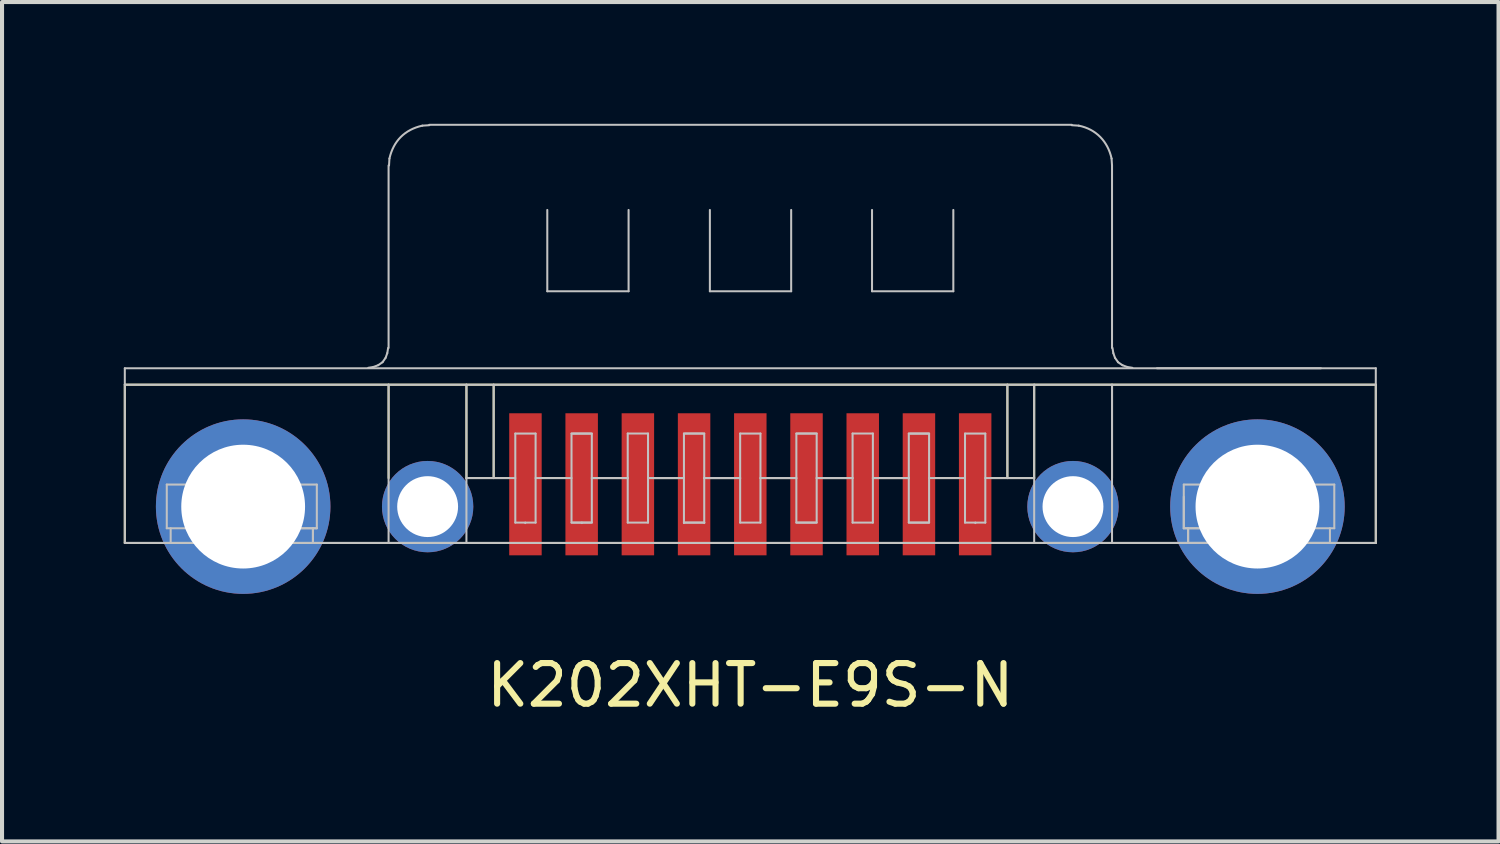
<source format=kicad_pcb>
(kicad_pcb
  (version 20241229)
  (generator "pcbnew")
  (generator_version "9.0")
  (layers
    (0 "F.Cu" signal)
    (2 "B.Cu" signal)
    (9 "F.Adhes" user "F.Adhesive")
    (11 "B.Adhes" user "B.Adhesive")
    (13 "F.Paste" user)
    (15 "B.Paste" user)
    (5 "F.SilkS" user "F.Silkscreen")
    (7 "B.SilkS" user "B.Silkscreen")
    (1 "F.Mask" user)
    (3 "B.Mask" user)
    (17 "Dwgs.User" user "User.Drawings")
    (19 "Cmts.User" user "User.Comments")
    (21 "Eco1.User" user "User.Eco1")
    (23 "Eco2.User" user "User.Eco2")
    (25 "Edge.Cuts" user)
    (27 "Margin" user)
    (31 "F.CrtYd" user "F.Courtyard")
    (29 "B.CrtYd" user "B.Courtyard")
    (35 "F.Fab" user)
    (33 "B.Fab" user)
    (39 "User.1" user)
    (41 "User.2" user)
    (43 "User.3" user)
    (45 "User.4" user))
  (footprint "K202XHT-E9S-N"
    (layer "F.Cu")
    (at 15.436 8.882)
    (property "Reference" "K202XHT-E9S-N" (at 0 4.95 0) (layer "F.SilkS") (effects (font (size 1 1) (thickness 0.15))))
    (attr through_hole)
    (fp_line (start -15.411 -2.454) (end -15.411 1.445) (stroke (width 0.05) (type solid)) (layer "F.SilkS"))
    (fp_line (start -8.912 -2.454) (end -8.912 -0.153) (stroke (width 0.05) (type solid)) (layer "F.SilkS"))
    (fp_line (start -6.994 -2.454) (end -6.994 -0.153) (stroke (width 0.05) (type solid)) (layer "F.SilkS"))
    (fp_line (start -6.323 -2.454) (end -6.323 -0.153) (stroke (width 0.05) (type solid)) (layer "F.SilkS"))
    (fp_line (start -5.94 -0.153) (end -6.994 -0.153) (stroke (width 0.05) (type solid)) (layer "F.SilkS"))
    (fp_line (start -4.555 -0.153) (end -5.14 -0.153) (stroke (width 0.05) (type solid)) (layer "F.SilkS"))
    (fp_line (start -3.17 -0.153) (end -3.755 -0.153) (stroke (width 0.05) (type solid)) (layer "F.SilkS"))
    (fp_line (start -2.37 -0.153) (end -1.785 -0.153) (stroke (width 0.05) (type solid)) (layer "F.SilkS"))
    (fp_line (start -0.985 -0.153) (end -0.4 -0.153) (stroke (width 0.05) (type solid)) (layer "F.SilkS"))
    (fp_line (start 0.985 -0.153) (end 0.4 -0.153) (stroke (width 0.05) (type solid)) (layer "F.SilkS"))
    (fp_line (start 2.37 -0.153) (end 1.785 -0.153) (stroke (width 0.05) (type solid)) (layer "F.SilkS"))
    (fp_line (start 3.17 -0.153) (end 3.755 -0.153) (stroke (width 0.05) (type solid)) (layer "F.SilkS"))
    (fp_line (start 4.555 -0.153) (end 5.14 -0.153) (stroke (width 0.05) (type solid)) (layer "F.SilkS"))
    (fp_line (start 6.334 -2.454) (end 6.334 -0.153) (stroke (width 0.05) (type solid)) (layer "F.SilkS"))
    (fp_line (start 6.994 -2.454) (end 6.994 -0.153) (stroke (width 0.05) (type solid)) (layer "F.SilkS"))
    (fp_line (start 6.994 -0.153) (end 5.94 -0.153) (stroke (width 0.05) (type solid)) (layer "F.SilkS"))
    (fp_line (start 8.912 -2.454) (end 8.912 -0.153) (stroke (width 0.05) (type solid)) (layer "F.SilkS"))
    (fp_line (start 15.411 -2.454) (end -15.411 -2.454) (stroke (width 0.05) (type solid)) (layer "F.SilkS"))
    (fp_line (start 15.411 -2.454) (end 15.411 1.445) (stroke (width 0.05) (type solid)) (layer "F.SilkS"))
    (fp_line (start 15.411 1.445) (end -15.411 1.445) (stroke (width 0.05) (type solid)) (layer "F.SilkS"))
    (fp_line (start -15.411 -2.859) (end -15.411 1.445) (stroke (width 0.05) (type solid)) (layer "Dwgs.User"))
    (fp_line (start -14.377 1.083) (end -13.28 1.083) (stroke (width 0.05) (type solid)) (layer "Dwgs.User"))
    (fp_line (start -14.377 1.083) (end -14.377 0.007) (stroke (width 0.05) (type solid)) (layer "Dwgs.User"))
    (fp_line (start -14.281 1.445) (end -14.281 1.083) (stroke (width 0.05) (type solid)) (layer "Dwgs.User"))
    (fp_line (start -13.642 1.083) (end -13.642 0.007) (stroke (width 0.05) (type solid)) (layer "Dwgs.User"))
    (fp_line (start -13.578 0.007) (end -11.479 0.007) (stroke (width 0.05) (type solid)) (layer "Dwgs.User"))
    (fp_line (start -13.504 0.007) (end -13.504 0.017) (stroke (width 0.05) (type solid)) (layer "Dwgs.User"))
    (fp_line (start -13.28 1.445) (end -13.28 0.007) (stroke (width 0.05) (type solid)) (layer "Dwgs.User"))
    (fp_line (start -11.778 1.083) (end -10.68 1.083) (stroke (width 0.05) (type solid)) (layer "Dwgs.User"))
    (fp_line (start -11.778 1.445) (end -11.778 0.007) (stroke (width 0.05) (type solid)) (layer "Dwgs.User"))
    (fp_line (start -11.416 1.083) (end -11.416 0.007) (stroke (width 0.05) (type solid)) (layer "Dwgs.User"))
    (fp_line (start -10.776 1.083) (end -10.776 1.445) (stroke (width 0.05) (type solid)) (layer "Dwgs.User"))
    (fp_line (start -10.776 1.445) (end -10.776 1.083) (stroke (width 0.05) (type solid)) (layer "Dwgs.User"))
    (fp_line (start -10.68 1.083) (end -11.479 1.083) (stroke (width 0.05) (type solid)) (layer "Dwgs.User"))
    (fp_line (start -10.68 1.083) (end -10.68 0.007) (stroke (width 0.05) (type solid)) (layer "Dwgs.User"))
    (fp_line (start -10.68 0.007) (end -14.377 0.007) (stroke (width 0.05) (type solid)) (layer "Dwgs.User"))
    (fp_line (start -9.413 -2.87) (end -9.285 -2.891) (stroke (width 0.05) (type solid)) (layer "Dwgs.User"))
    (fp_line (start -9.285 -2.891) (end -9.168 -2.934) (stroke (width 0.05) (type solid)) (layer "Dwgs.User"))
    (fp_line (start -9.168 -2.934) (end -9.061 -3.008) (stroke (width 0.05) (type solid)) (layer "Dwgs.User"))
    (fp_line (start -9.061 -3.008) (end -8.986 -3.115) (stroke (width 0.05) (type solid)) (layer "Dwgs.User"))
    (fp_line (start -8.986 -3.115) (end -8.944 -3.232) (stroke (width 0.05) (type solid)) (layer "Dwgs.User"))
    (fp_line (start -8.944 -3.232) (end -8.923 -3.36) (stroke (width 0.05) (type solid)) (layer "Dwgs.User"))
    (fp_line (start -8.912 -3.36) (end -8.912 -7.856) (stroke (width 0.05) (type solid)) (layer "Dwgs.User"))
    (fp_line (start -8.912 -2.454) (end -8.912 1.445) (stroke (width 0.05) (type solid)) (layer "Dwgs.User"))
    (fp_line (start -8.891 -8.026) (end -8.901 -7.856) (stroke (width 0.05) (type solid)) (layer "Dwgs.User"))
    (fp_line (start -8.646 0.55) (end -8.635 0.689) (stroke (width 0.05) (type solid)) (layer "Dwgs.User"))
    (fp_line (start -8.635 0.412) (end -8.646 0.55) (stroke (width 0.05) (type solid)) (layer "Dwgs.User"))
    (fp_line (start -8.635 0.689) (end -8.592 0.816) (stroke (width 0.05) (type solid)) (layer "Dwgs.User"))
    (fp_line (start -8.592 0.284) (end -8.635 0.412) (stroke (width 0.05) (type solid)) (layer "Dwgs.User"))
    (fp_line (start -7.91 -8.847) (end -8.081 -8.836) (stroke (width 0.05) (type solid)) (layer "Dwgs.User"))
    (fp_line (start -7.378 1.445) (end -7.378 1.456) (stroke (width 0.05) (type solid)) (layer "Dwgs.User"))
    (fp_line (start -7.378 1.445) (end -7.378 1.456) (stroke (width 0.05) (type solid)) (layer "Dwgs.User"))
    (fp_line (start -7.378 1.445) (end -15.411 1.445) (stroke (width 0.05) (type solid)) (layer "Dwgs.User"))
    (fp_line (start -7.271 0.689) (end -7.261 0.55) (stroke (width 0.05) (type solid)) (layer "Dwgs.User"))
    (fp_line (start -7.261 0.55) (end -7.271 0.412) (stroke (width 0.05) (type solid)) (layer "Dwgs.User"))
    (fp_line (start -6.994 -2.454) (end -6.994 1.445) (stroke (width 0.05) (type solid)) (layer "Dwgs.User"))
    (fp_line (start -6.323 -2.454) (end -6.323 -0.153) (stroke (width 0.05) (type solid)) (layer "Dwgs.User"))
    (fp_line (start -5.79 -1.25) (end -5.79 0.944) (stroke (width 0.05) (type solid)) (layer "Dwgs.User"))
    (fp_line (start -5.79 -0.153) (end -6.994 -0.153) (stroke (width 0.05) (type solid)) (layer "Dwgs.User"))
    (fp_line (start -5.79 0.944) (end -5.29 0.944) (stroke (width 0.05) (type solid)) (layer "Dwgs.User"))
    (fp_line (start -5.545 0.944) (end -5.545 0.955) (stroke (width 0.05) (type solid)) (layer "Dwgs.User"))
    (fp_line (start -5.29 -1.25) (end -5.79 -1.25) (stroke (width 0.05) (type solid)) (layer "Dwgs.User"))
    (fp_line (start -5.29 -1.25) (end -5.29 0.944) (stroke (width 0.05) (type solid)) (layer "Dwgs.User"))
    (fp_line (start -5.002 -4.756) (end -5.002 -6.759) (stroke (width 0.05) (type solid)) (layer "Dwgs.User"))
    (fp_line (start -5.002 -4.756) (end -2.999 -4.756) (stroke (width 0.05) (type solid)) (layer "Dwgs.User"))
    (fp_line (start -4.405 -1.25) (end -4.405 0.944) (stroke (width 0.05) (type solid)) (layer "Dwgs.User"))
    (fp_line (start -4.405 -1.25) (end -3.905 -1.25) (stroke (width 0.05) (type solid)) (layer "Dwgs.User"))
    (fp_line (start -4.405 -0.153) (end -5.29 -0.153) (stroke (width 0.05) (type solid)) (layer "Dwgs.User"))
    (fp_line (start -4.373 -1.25) (end -3.937 -1.25) (stroke (width 0.05) (type solid)) (layer "Dwgs.User"))
    (fp_line (start -4.15 0.944) (end -4.15 0.955) (stroke (width 0.05) (type solid)) (layer "Dwgs.User"))
    (fp_line (start -3.937 0.944) (end -4.373 0.944) (stroke (width 0.05) (type solid)) (layer "Dwgs.User"))
    (fp_line (start -3.905 0.944) (end -4.405 0.944) (stroke (width 0.05) (type solid)) (layer "Dwgs.User"))
    (fp_line (start -3.905 -1.25) (end -3.905 0.944) (stroke (width 0.05) (type solid)) (layer "Dwgs.User"))
    (fp_line (start -3.905 -0.153) (end -3.02 -0.153) (stroke (width 0.05) (type solid)) (layer "Dwgs.User"))
    (fp_line (start -3.02 -1.251) (end -3.02 0.944) (stroke (width 0.05) (type solid)) (layer "Dwgs.User"))
    (fp_line (start -3.02 -1.251) (end -2.52 -1.251) (stroke (width 0.05) (type solid)) (layer "Dwgs.User"))
    (fp_line (start -3.02 -0.153) (end -3.905 -0.153) (stroke (width 0.05) (type solid)) (layer "Dwgs.User"))
    (fp_line (start -2.999 -4.756) (end -2.999 -6.759) (stroke (width 0.05) (type solid)) (layer "Dwgs.User"))
    (fp_line (start -2.52 -0.153) (end -1.635 -0.153) (stroke (width 0.05) (type solid)) (layer "Dwgs.User"))
    (fp_line (start -2.52 0.944) (end -3.02 0.944) (stroke (width 0.05) (type solid)) (layer "Dwgs.User"))
    (fp_line (start -2.52 -1.251) (end -2.52 0.944) (stroke (width 0.05) (type solid)) (layer "Dwgs.User"))
    (fp_line (start -1.635 -0.153) (end -2.52 -0.153) (stroke (width 0.05) (type solid)) (layer "Dwgs.User"))
    (fp_line (start -1.635 0.944) (end -1.635 0.955) (stroke (width 0.05) (type solid)) (layer "Dwgs.User"))
    (fp_line (start -1.635 -1.251) (end -1.635 0.944) (stroke (width 0.05) (type solid)) (layer "Dwgs.User"))
    (fp_line (start -1.635 0.944) (end -1.135 0.944) (stroke (width 0.05) (type solid)) (layer "Dwgs.User"))
    (fp_line (start -1.603 0.944) (end -1.167 0.944) (stroke (width 0.05) (type solid)) (layer "Dwgs.User"))
    (fp_line (start -1.167 -1.251) (end -1.603 -1.251) (stroke (width 0.05) (type solid)) (layer "Dwgs.User"))
    (fp_line (start -1.135 -1.251) (end -1.635 -1.251) (stroke (width 0.05) (type solid)) (layer "Dwgs.User"))
    (fp_line (start -1.135 -1.251) (end -1.135 0.944) (stroke (width 0.05) (type solid)) (layer "Dwgs.User"))
    (fp_line (start -1.135 -0.153) (end -0.25 -0.153) (stroke (width 0.05) (type solid)) (layer "Dwgs.User"))
    (fp_line (start -1.135 0.944) (end -1.135 0.955) (stroke (width 0.05) (type solid)) (layer "Dwgs.User"))
    (fp_line (start -0.996 -4.756) (end -0.996 -6.759) (stroke (width 0.05) (type solid)) (layer "Dwgs.User"))
    (fp_line (start -0.25 0.944) (end 0.25 0.944) (stroke (width 0.05) (type solid)) (layer "Dwgs.User"))
    (fp_line (start -0.25 -1.251) (end -0.25 0.944) (stroke (width 0.05) (type solid)) (layer "Dwgs.User"))
    (fp_line (start -0.25 -0.153) (end -1.135 -0.153) (stroke (width 0.05) (type solid)) (layer "Dwgs.User"))
    (fp_line (start 0.25 -1.25) (end -0.25 -1.25) (stroke (width 0.05) (type solid)) (layer "Dwgs.User"))
    (fp_line (start 0.25 -1.251) (end 0.25 0.944) (stroke (width 0.05) (type solid)) (layer "Dwgs.User"))
    (fp_line (start 0.25 -0.153) (end 1.135 -0.153) (stroke (width 0.05) (type solid)) (layer "Dwgs.User"))
    (fp_line (start 1.007 -4.756) (end -0.996 -4.756) (stroke (width 0.05) (type solid)) (layer "Dwgs.User"))
    (fp_line (start 1.007 -4.756) (end 1.007 -6.759) (stroke (width 0.05) (type solid)) (layer "Dwgs.User"))
    (fp_line (start 1.135 -1.251) (end 1.135 0.944) (stroke (width 0.05) (type solid)) (layer "Dwgs.User"))
    (fp_line (start 1.135 -1.251) (end 1.635 -1.251) (stroke (width 0.05) (type solid)) (layer "Dwgs.User"))
    (fp_line (start 1.135 -0.153) (end 0.25 -0.153) (stroke (width 0.05) (type solid)) (layer "Dwgs.User"))
    (fp_line (start 1.167 -1.251) (end 1.603 -1.251) (stroke (width 0.05) (type solid)) (layer "Dwgs.User"))
    (fp_line (start 1.603 0.944) (end 1.167 0.944) (stroke (width 0.05) (type solid)) (layer "Dwgs.User"))
    (fp_line (start 1.635 -1.251) (end 1.635 0.944) (stroke (width 0.05) (type solid)) (layer "Dwgs.User"))
    (fp_line (start 1.635 -0.153) (end 2.52 -0.153) (stroke (width 0.05) (type solid)) (layer "Dwgs.User"))
    (fp_line (start 1.635 0.944) (end 1.135 0.944) (stroke (width 0.05) (type solid)) (layer "Dwgs.User"))
    (fp_line (start 2.52 -1.251) (end 2.52 0.944) (stroke (width 0.05) (type solid)) (layer "Dwgs.User"))
    (fp_line (start 2.52 -0.153) (end 1.635 -0.153) (stroke (width 0.05) (type solid)) (layer "Dwgs.User"))
    (fp_line (start 2.52 0.944) (end 3.02 0.944) (stroke (width 0.05) (type solid)) (layer "Dwgs.User"))
    (fp_line (start 2.999 -4.756) (end 2.999 -6.759) (stroke (width 0.05) (type solid)) (layer "Dwgs.User"))
    (fp_line (start 2.999 -4.756) (end 5.002 -4.756) (stroke (width 0.05) (type solid)) (layer "Dwgs.User"))
    (fp_line (start 3.02 -0.153) (end 3.905 -0.153) (stroke (width 0.05) (type solid)) (layer "Dwgs.User"))
    (fp_line (start 3.02 -1.251) (end 2.52 -1.251) (stroke (width 0.05) (type solid)) (layer "Dwgs.User"))
    (fp_line (start 3.02 -1.251) (end 3.02 0.944) (stroke (width 0.05) (type solid)) (layer "Dwgs.User"))
    (fp_line (start 3.905 -1.25) (end 3.905 0.944) (stroke (width 0.05) (type solid)) (layer "Dwgs.User"))
    (fp_line (start 3.905 -0.153) (end 3.02 -0.153) (stroke (width 0.05) (type solid)) (layer "Dwgs.User"))
    (fp_line (start 3.905 0.944) (end 4.405 0.944) (stroke (width 0.05) (type solid)) (layer "Dwgs.User"))
    (fp_line (start 3.937 0.944) (end 4.384 0.944) (stroke (width 0.05) (type solid)) (layer "Dwgs.User"))
    (fp_line (start 4.384 -1.25) (end 3.937 -1.25) (stroke (width 0.05) (type solid)) (layer "Dwgs.User"))
    (fp_line (start 4.405 -1.25) (end 3.905 -1.25) (stroke (width 0.05) (type solid)) (layer "Dwgs.User"))
    (fp_line (start 4.405 -1.25) (end 4.405 0.944) (stroke (width 0.05) (type solid)) (layer "Dwgs.User"))
    (fp_line (start 4.405 -0.153) (end 5.29 -0.153) (stroke (width 0.05) (type solid)) (layer "Dwgs.User"))
    (fp_line (start 5.002 -4.756) (end 5.002 -6.759) (stroke (width 0.05) (type solid)) (layer "Dwgs.User"))
    (fp_line (start 5.29 -1.25) (end 5.29 0.944) (stroke (width 0.05) (type solid)) (layer "Dwgs.User"))
    (fp_line (start 5.545 0.944) (end 5.545 0.955) (stroke (width 0.05) (type solid)) (layer "Dwgs.User"))
    (fp_line (start 5.79 -1.25) (end 5.29 -1.25) (stroke (width 0.05) (type solid)) (layer "Dwgs.User"))
    (fp_line (start 5.79 0.944) (end 5.79 -1.25) (stroke (width 0.05) (type solid)) (layer "Dwgs.User"))
    (fp_line (start 5.79 0.944) (end 5.29 0.944) (stroke (width 0.05) (type solid)) (layer "Dwgs.User"))
    (fp_line (start 6.334 -2.454) (end 6.334 -0.153) (stroke (width 0.05) (type solid)) (layer "Dwgs.User"))
    (fp_line (start 6.994 -2.454) (end 6.994 1.445) (stroke (width 0.05) (type solid)) (layer "Dwgs.User"))
    (fp_line (start 6.994 -0.153) (end 5.79 -0.153) (stroke (width 0.05) (type solid)) (layer "Dwgs.User"))
    (fp_line (start 7.261 0.55) (end 7.271 0.689) (stroke (width 0.05) (type solid)) (layer "Dwgs.User"))
    (fp_line (start 7.271 0.411) (end 7.261 0.55) (stroke (width 0.05) (type solid)) (layer "Dwgs.User"))
    (fp_line (start 7.271 0.689) (end 7.314 0.816) (stroke (width 0.05) (type solid)) (layer "Dwgs.User"))
    (fp_line (start 7.314 0.284) (end 7.271 0.411) (stroke (width 0.05) (type solid)) (layer "Dwgs.User"))
    (fp_line (start 7.921 -8.857) (end -7.91 -8.857) (stroke (width 0.05) (type solid)) (layer "Dwgs.User"))
    (fp_line (start 8.092 -8.836) (end 7.921 -8.847) (stroke (width 0.05) (type solid)) (layer "Dwgs.User"))
    (fp_line (start 8.635 0.689) (end 8.646 0.55) (stroke (width 0.05) (type solid)) (layer "Dwgs.User"))
    (fp_line (start 8.646 0.55) (end 8.635 0.411) (stroke (width 0.05) (type solid)) (layer "Dwgs.User"))
    (fp_line (start 8.912 -7.856) (end 8.901 -8.026) (stroke (width 0.05) (type solid)) (layer "Dwgs.User"))
    (fp_line (start 8.912 -3.36) (end 8.912 -7.856) (stroke (width 0.05) (type solid)) (layer "Dwgs.User"))
    (fp_line (start 8.912 -2.454) (end 8.912 1.445) (stroke (width 0.05) (type solid)) (layer "Dwgs.User"))
    (fp_line (start 8.923 -3.36) (end 8.944 -3.232) (stroke (width 0.05) (type solid)) (layer "Dwgs.User"))
    (fp_line (start 8.944 -3.232) (end 8.986 -3.115) (stroke (width 0.05) (type solid)) (layer "Dwgs.User"))
    (fp_line (start 8.986 -3.115) (end 9.061 -3.008) (stroke (width 0.05) (type solid)) (layer "Dwgs.User"))
    (fp_line (start 9.061 -3.008) (end 9.168 -2.934) (stroke (width 0.05) (type solid)) (layer "Dwgs.User"))
    (fp_line (start 9.168 -2.934) (end 9.285 -2.891) (stroke (width 0.05) (type solid)) (layer "Dwgs.User"))
    (fp_line (start 9.285 -2.891) (end 9.413 -2.87) (stroke (width 0.05) (type solid)) (layer "Dwgs.User"))
    (fp_line (start 10.02 -2.859) (end 14.058 -2.859) (stroke (width 0.05) (type solid)) (layer "Dwgs.User"))
    (fp_line (start 10.68 0.007) (end 14.388 0.007) (stroke (width 0.05) (type solid)) (layer "Dwgs.User"))
    (fp_line (start 10.68 0.305) (end 10.68 1.083) (stroke (width 0.05) (type solid)) (layer "Dwgs.User"))
    (fp_line (start 10.68 1.083) (end 10.68 0.007) (stroke (width 0.05) (type solid)) (layer "Dwgs.User"))
    (fp_line (start 10.68 1.083) (end 11.479 1.083) (stroke (width 0.05) (type solid)) (layer "Dwgs.User"))
    (fp_line (start 10.787 1.083) (end 10.787 1.445) (stroke (width 0.05) (type solid)) (layer "Dwgs.User"))
    (fp_line (start 10.787 1.445) (end 14.281 1.445) (stroke (width 0.05) (type solid)) (layer "Dwgs.User"))
    (fp_line (start 10.787 1.445) (end 10.787 1.083) (stroke (width 0.05) (type solid)) (layer "Dwgs.User"))
    (fp_line (start 11.416 1.083) (end 11.416 0.007) (stroke (width 0.05) (type solid)) (layer "Dwgs.User"))
    (fp_line (start 11.788 1.083) (end 10.68 1.083) (stroke (width 0.05) (type solid)) (layer "Dwgs.User"))
    (fp_line (start 11.788 1.445) (end 11.788 0.007) (stroke (width 0.05) (type solid)) (layer "Dwgs.User"))
    (fp_line (start 13.28 1.445) (end 13.28 0.007) (stroke (width 0.05) (type solid)) (layer "Dwgs.User"))
    (fp_line (start 13.504 0.007) (end 13.504 0.017) (stroke (width 0.05) (type solid)) (layer "Dwgs.User"))
    (fp_line (start 13.589 0.007) (end 11.479 0.007) (stroke (width 0.05) (type solid)) (layer "Dwgs.User"))
    (fp_line (start 13.589 1.445) (end 11.479 1.445) (stroke (width 0.05) (type solid)) (layer "Dwgs.User"))
    (fp_line (start 13.589 1.445) (end 11.479 1.445) (stroke (width 0.05) (type solid)) (layer "Dwgs.User"))
    (fp_line (start 13.653 1.083) (end 13.653 0.007) (stroke (width 0.05) (type solid)) (layer "Dwgs.User"))
    (fp_line (start 14.281 1.445) (end 14.281 1.083) (stroke (width 0.05) (type solid)) (layer "Dwgs.User"))
    (fp_line (start 14.388 1.083) (end 13.28 1.083) (stroke (width 0.05) (type solid)) (layer "Dwgs.User"))
    (fp_line (start 14.388 1.083) (end 14.388 0.007) (stroke (width 0.05) (type solid)) (layer "Dwgs.User"))
    (fp_line (start 15.411 -2.859) (end 15.411 1.445) (stroke (width 0.05) (type solid)) (layer "Dwgs.User"))
    (fp_line (start 15.411 -2.859) (end -15.411 -2.859) (stroke (width 0.05) (type solid)) (layer "Dwgs.User"))
    (fp_line (start 15.411 -2.454) (end -15.411 -2.454) (stroke (width 0.05) (type solid)) (layer "Dwgs.User"))
    (fp_line (start 15.411 1.445) (end -7.378 1.445) (stroke (width 0.05) (type solid)) (layer "Dwgs.User"))
    (fp_curve (pts (xy -8.592 0.816) (xy -8.307 1.446) (xy -7.438 1.36) (xy -7.271 0.689)) (stroke (width 0.05) (type solid)) (layer "Dwgs.User"))
    (fp_curve (pts (xy -8.081 -8.836) (xy -8.513 -8.739) (xy -8.793 -8.459) (xy -8.891 -8.026)) (stroke (width 0.05) (type solid)) (layer "Dwgs.User"))
    (fp_curve (pts (xy -7.271 0.412) (xy -7.438 -0.26) (xy -8.307 -0.346) (xy -8.592 0.284)) (stroke (width 0.05) (type solid)) (layer "Dwgs.User"))
    (fp_curve (pts (xy 7.314 0.816) (xy 7.599 1.446) (xy 8.468 1.36) (xy 8.635 0.689)) (stroke (width 0.05) (type solid)) (layer "Dwgs.User"))
    (fp_curve (pts (xy 8.635 0.411) (xy 8.468 -0.26) (xy 7.599 -0.346) (xy 7.314 0.284)) (stroke (width 0.05) (type solid)) (layer "Dwgs.User"))
    (fp_curve (pts (xy 8.901 -8.026) (xy 8.81 -8.447) (xy 8.517 -8.752) (xy 8.092 -8.836)) (stroke (width 0.05) (type solid)) (layer "Dwgs.User"))
    (pad "1" smd rect (at 5.54 0) (size 0.8 3.5) (layers "F.Cu" "F.Mask" "F.Paste"))
    (pad "2" smd rect (at 2.77 0) (size 0.8 3.5) (layers "F.Cu" "F.Mask" "F.Paste"))
    (pad "3" smd rect (at 0 0) (size 0.8 3.5) (layers "F.Cu" "F.Mask" "F.Paste"))
    (pad "4" smd rect (at -2.77 0) (size 0.8 3.5) (layers "F.Cu" "F.Mask" "F.Paste"))
    (pad "5" smd rect (at -5.54 0) (size 0.8 3.5) (layers "F.Cu" "F.Mask" "F.Paste"))
    (pad "6" smd rect (at 4.155 0) (size 0.8 3.5) (layers "F.Cu" "F.Mask" "F.Paste"))
    (pad "7" smd rect (at 1.385 0) (size 0.8 3.5) (layers "F.Cu" "F.Mask" "F.Paste"))
    (pad "8" smd rect (at -1.385 0) (size 0.8 3.5) (layers "F.Cu" "F.Mask" "F.Paste"))
    (pad "9" smd rect (at -4.155 0) (size 0.8 3.5) (layers "F.Cu" "F.Mask" "F.Paste"))
    (pad "10" thru_hole circle (at -12.495 0.55) (size 4.3 4.3) (drill 3.05) (layers "*.Cu" "*.Mask"))
    (pad "10" thru_hole circle (at -7.95 0.55) (size 2.25 2.25) (drill 1.5) (layers "*.Cu" "*.Mask"))
    (pad "10" thru_hole circle (at 7.95 0.55) (size 2.25 2.25) (drill 1.5) (layers "*.Cu" "*.Mask"))
    (pad "10" thru_hole circle (at 12.495 0.55) (size 4.3 4.3) (drill 3.05) (layers "*.Cu" "*.Mask")))
  (gr_rect
    (start -3 -3)
    (end 33.871 17.681)
    (stroke (width 0.1) (type default))
    (fill no)
    (layer "Edge.Cuts")))
</source>
